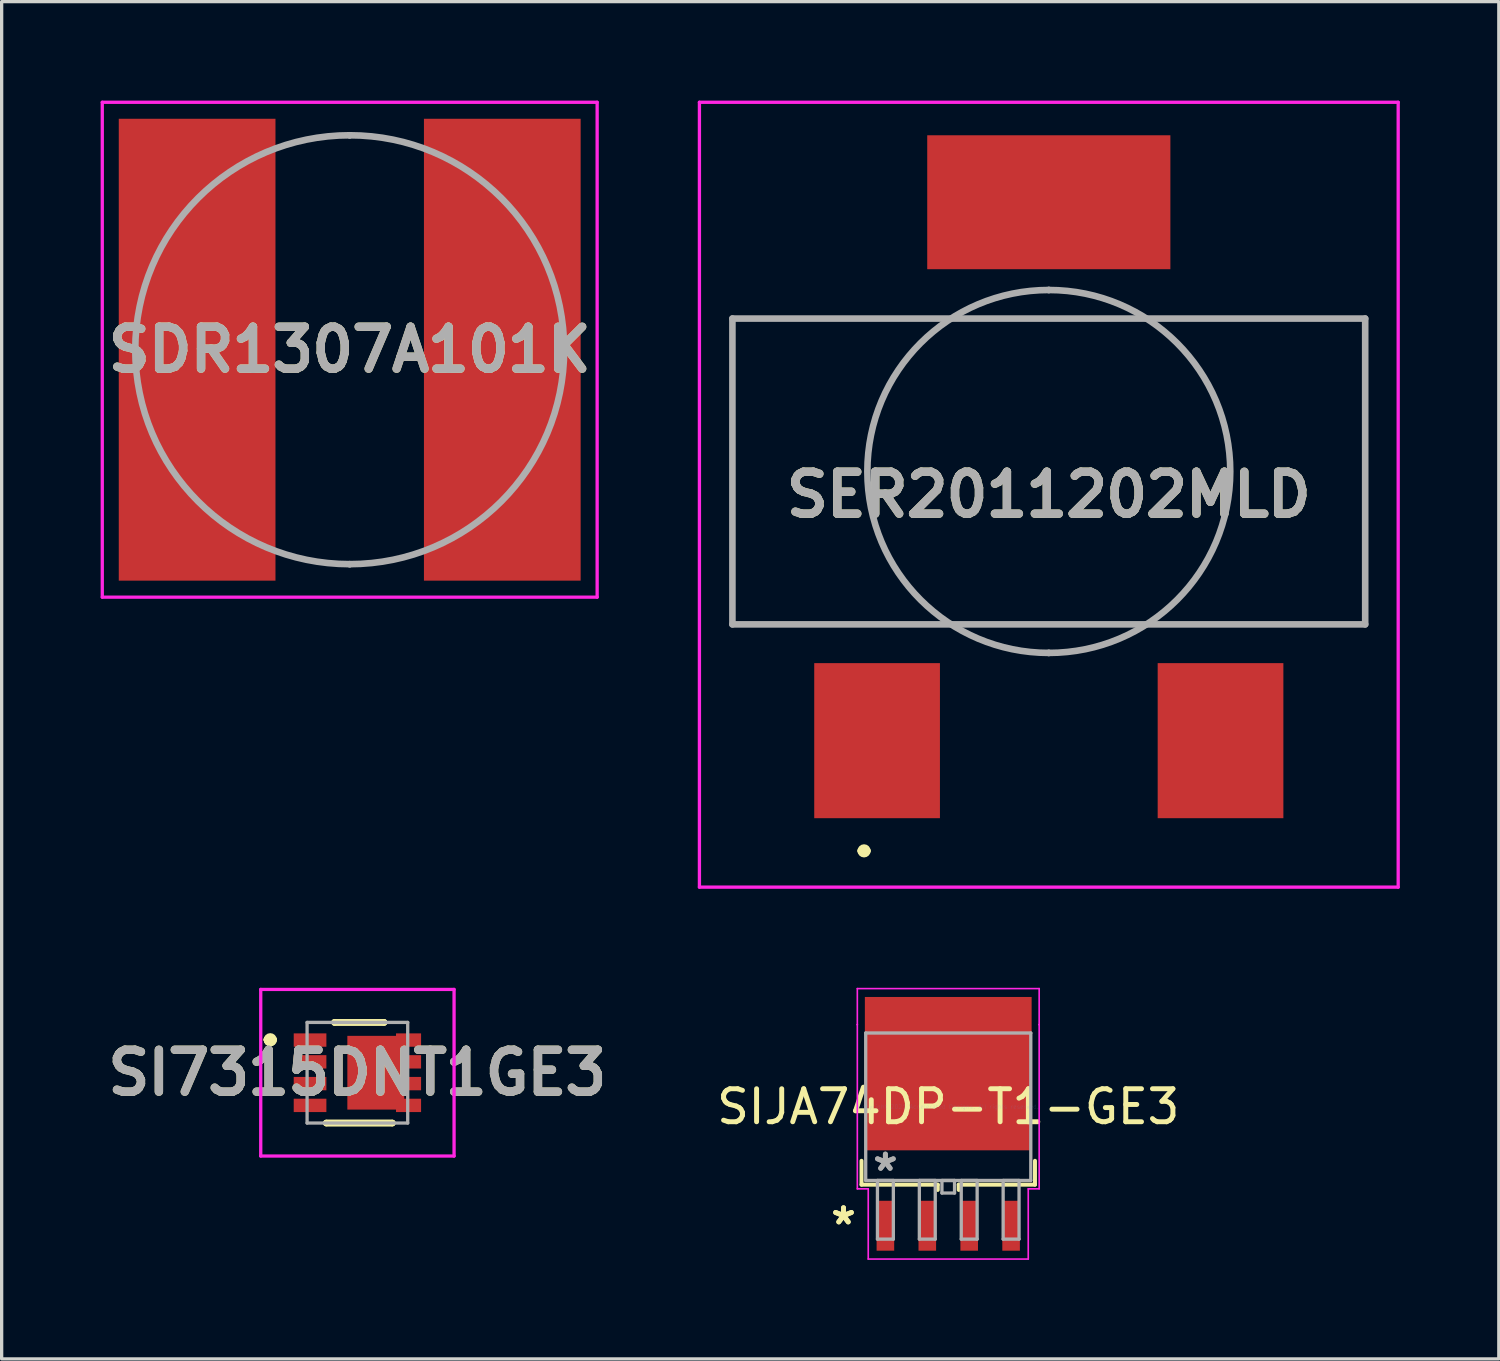
<source format=kicad_pcb>
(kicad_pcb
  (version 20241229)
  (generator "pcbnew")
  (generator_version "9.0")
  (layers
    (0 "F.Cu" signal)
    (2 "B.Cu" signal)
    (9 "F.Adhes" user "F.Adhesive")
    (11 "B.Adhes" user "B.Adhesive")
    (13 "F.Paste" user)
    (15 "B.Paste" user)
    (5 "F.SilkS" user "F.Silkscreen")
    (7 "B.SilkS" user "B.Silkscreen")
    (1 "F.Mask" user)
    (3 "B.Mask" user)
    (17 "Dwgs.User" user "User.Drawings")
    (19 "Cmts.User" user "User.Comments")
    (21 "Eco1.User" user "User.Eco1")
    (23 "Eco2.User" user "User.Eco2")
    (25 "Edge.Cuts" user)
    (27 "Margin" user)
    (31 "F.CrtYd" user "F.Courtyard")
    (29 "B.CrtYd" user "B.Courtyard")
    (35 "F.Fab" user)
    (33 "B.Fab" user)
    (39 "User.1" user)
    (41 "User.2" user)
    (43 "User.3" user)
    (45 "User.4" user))
  (footprint "SDR1307A101K"
    (layer "F.Cu")
    (at 7.55 7.55)
    (property "Reference" "SDR1307A101K" (at 0 0 0) (layer "F.SilkS") (effects (font (size 1.27 1.27) (thickness 0.254))))
    (attr smd)
    (fp_line (start -0.2 -6.5) (end 0.2 -6.5) (stroke (width 0.1) (type solid)) (layer "F.SilkS"))
    (fp_line (start -0.2 6.5) (end 0.2 6.5) (stroke (width 0.1) (type solid)) (layer "F.SilkS"))
    (fp_line (start -7.5 -7.5) (end 7.5 -7.5) (stroke (width 0.1) (type solid)) (layer "F.CrtYd"))
    (fp_line (start -7.5 7.5) (end -7.5 -7.5) (stroke (width 0.1) (type solid)) (layer "F.CrtYd"))
    (fp_line (start 7.5 -7.5) (end 7.5 7.5) (stroke (width 0.1) (type solid)) (layer "F.CrtYd"))
    (fp_line (start 7.5 7.5) (end -7.5 7.5) (stroke (width 0.1) (type solid)) (layer "F.CrtYd"))
    (fp_line (start 0 -6.5) (end 0 -6.5) (stroke (width 0.2) (type solid)) (layer "F.Fab"))
    (fp_line (start 0 6.5) (end 0 6.5) (stroke (width 0.2) (type solid)) (layer "F.Fab"))
    (fp_arc (start 0 -6.5) (mid 6.5 0) (end 0 6.5) (stroke (width 0.2) (type solid)) (layer "F.Fab"))
    (fp_arc (start 0 6.5) (mid -6.5 0) (end 0 -6.5) (stroke (width 0.2) (type solid)) (layer "F.Fab"))
    (fp_text user "${REFERENCE}" (at 0 0 0) (layer "F.Fab") (effects (font (size 1.27 1.27) (thickness 0.254))))
    (pad "1" smd rect (at -4.625 0) (size 4.75 14) (layers "F.Cu" "F.Mask" "F.Paste"))
    (pad "2" smd rect (at 4.625 0) (size 4.75 14) (layers "F.Cu" "F.Mask" "F.Paste")))
  (footprint "SI7315DNT1GE3"
    (layer "F.Cu")
    (at 6.348 29.465)
    (property "Reference" "SI7315DNT1GE3" (at 1.435 0 0) (layer "F.SilkS") (effects (font (size 1.27 1.27) (thickness 0.254))))
    (attr smd)
    (fp_line (start -1.307 -1) (end -1.307 -1) (stroke (width 0.2) (type solid)) (layer "F.SilkS"))
    (fp_line (start -1.307 -1) (end -1.307 -1) (stroke (width 0.2) (type solid)) (layer "F.SilkS"))
    (fp_line (start -1.107 -1) (end -1.107 -1) (stroke (width 0.2) (type solid)) (layer "F.SilkS"))
    (fp_line (start 0.493 1.525) (end 0.493 1.525) (stroke (width 0.2) (type solid)) (layer "F.SilkS"))
    (fp_line (start 0.493 1.525) (end 2.493 1.525) (stroke (width 0.2) (type solid)) (layer "F.SilkS"))
    (fp_line (start 0.743 -1.525) (end 0.743 -1.525) (stroke (width 0.2) (type solid)) (layer "F.SilkS"))
    (fp_line (start 0.743 -1.525) (end 2.243 -1.525) (stroke (width 0.2) (type solid)) (layer "F.SilkS"))
    (fp_line (start 2.243 -1.525) (end 0.743 -1.525) (stroke (width 0.2) (type solid)) (layer "F.SilkS"))
    (fp_line (start 2.243 -1.525) (end 2.243 -1.525) (stroke (width 0.2) (type solid)) (layer "F.SilkS"))
    (fp_line (start 2.493 1.525) (end 0.493 1.525) (stroke (width 0.2) (type solid)) (layer "F.SilkS"))
    (fp_line (start 2.493 1.525) (end 2.493 1.525) (stroke (width 0.2) (type solid)) (layer "F.SilkS"))
    (fp_arc (start -1.307 -1) (mid -1.207 -1.1) (end -1.107 -1) (stroke (width 0.2) (type solid)) (layer "F.SilkS"))
    (fp_arc (start -1.107 -1) (mid -1.207 -0.9) (end -1.307 -1) (stroke (width 0.2) (type solid)) (layer "F.SilkS"))
    (fp_arc (start -1.107 -1) (mid -1.207 -0.9) (end -1.307 -1) (stroke (width 0.2) (type solid)) (layer "F.SilkS"))
    (fp_line (start -1.495 -2.525) (end 4.365 -2.525) (stroke (width 0.1) (type solid)) (layer "F.CrtYd"))
    (fp_line (start -1.495 2.525) (end -1.495 -2.525) (stroke (width 0.1) (type solid)) (layer "F.CrtYd"))
    (fp_line (start 4.365 -2.525) (end 4.365 2.525) (stroke (width 0.1) (type solid)) (layer "F.CrtYd"))
    (fp_line (start 4.365 2.525) (end -1.495 2.525) (stroke (width 0.1) (type solid)) (layer "F.CrtYd"))
    (fp_line (start -0.09 -1.525) (end -0.09 1.525) (stroke (width 0.1) (type solid)) (layer "F.Fab"))
    (fp_line (start -0.09 1.525) (end 2.96 1.525) (stroke (width 0.1) (type solid)) (layer "F.Fab"))
    (fp_line (start 2.96 -1.525) (end -0.09 -1.525) (stroke (width 0.1) (type solid)) (layer "F.Fab"))
    (fp_line (start 2.96 1.525) (end 2.96 -1.525) (stroke (width 0.1) (type solid)) (layer "F.Fab"))
    (fp_text user "${REFERENCE}" (at 1.435 0 0) (layer "F.Fab") (effects (font (size 1.27 1.27) (thickness 0.254))))
    (pad "1" smd rect (at 0 -0.99 90) (size 0.405 0.99) (layers "F.Cu" "F.Mask" "F.Paste"))
    (pad "2" smd rect (at 0 -0.33 90) (size 0.405 0.99) (layers "F.Cu" "F.Mask" "F.Paste"))
    (pad "3" smd rect (at 0 0.33 90) (size 0.405 0.99) (layers "F.Cu" "F.Mask" "F.Paste"))
    (pad "4" smd rect (at 0 0.99 90) (size 0.405 0.99) (layers "F.Cu" "F.Mask" "F.Paste"))
    (pad "5" smd rect (at 2.985 0.99 90) (size 0.405 0.76) (layers "F.Cu" "F.Mask" "F.Paste"))
    (pad "6" smd rect (at 2.985 0.33 90) (size 0.405 0.76) (layers "F.Cu" "F.Mask" "F.Paste"))
    (pad "7" smd rect (at 2.985 -0.33 90) (size 0.405 0.76) (layers "F.Cu" "F.Mask" "F.Paste"))
    (pad "8" smd rect (at 2.985 -0.99 90) (size 0.405 0.76) (layers "F.Cu" "F.Mask" "F.Paste"))
    (pad "9" smd rect (at 1.993 0) (size 1.725 2.235) (layers "F.Cu" "F.Mask" "F.Paste")))
  (footprint "SIJA74DP-T1-GE3"
    (layer "F.Cu")
    (at 25.692 30.496)
    (property "Reference" "SIJA74DP-T1-GE3" (at 0 0 0) (layer "F.SilkS") (effects (font (size 1 1) (thickness 0.15))))
    (attr through_hole)
    (fp_line (start -2.629 1.638) (end -2.629 2.362) (stroke (width 0.12) (type solid)) (layer "F.SilkS"))
    (fp_line (start -2.629 2.362) (end -0.318 2.362) (stroke (width 0.12) (type solid)) (layer "F.SilkS"))
    (fp_line (start -0.318 2.362) (end -0.318 2.522) (stroke (width 0.12) (type solid)) (layer "F.SilkS"))
    (fp_line (start 0.318 2.362) (end 2.629 2.362) (stroke (width 0.12) (type solid)) (layer "F.SilkS"))
    (fp_line (start 0.318 2.522) (end 0.318 2.362) (stroke (width 0.12) (type solid)) (layer "F.SilkS"))
    (fp_line (start 2.629 2.362) (end 2.629 1.638) (stroke (width 0.12) (type solid)) (layer "F.SilkS"))
    (fp_line (start -2.756 -3.581) (end 2.756 -3.581) (stroke (width 0.05) (type solid)) (layer "F.CrtYd"))
    (fp_line (start -2.756 -2.489) (end -2.756 -3.581) (stroke (width 0.05) (type solid)) (layer "F.CrtYd"))
    (fp_line (start -2.756 -2.489) (end -2.756 -2.489) (stroke (width 0.05) (type solid)) (layer "F.CrtYd"))
    (fp_line (start -2.756 2.489) (end -2.756 -2.489) (stroke (width 0.05) (type solid)) (layer "F.CrtYd"))
    (fp_line (start -2.425 2.489) (end -2.756 2.489) (stroke (width 0.05) (type solid)) (layer "F.CrtYd"))
    (fp_line (start -2.425 4.617) (end -2.425 2.489) (stroke (width 0.05) (type solid)) (layer "F.CrtYd"))
    (fp_line (start 2.425 2.489) (end 2.425 4.617) (stroke (width 0.05) (type solid)) (layer "F.CrtYd"))
    (fp_line (start 2.425 4.617) (end -2.425 4.617) (stroke (width 0.05) (type solid)) (layer "F.CrtYd"))
    (fp_line (start 2.756 -3.581) (end 2.756 -2.489) (stroke (width 0.05) (type solid)) (layer "F.CrtYd"))
    (fp_line (start 2.756 -2.489) (end 2.756 -2.489) (stroke (width 0.05) (type solid)) (layer "F.CrtYd"))
    (fp_line (start 2.756 -2.489) (end 2.756 2.489) (stroke (width 0.05) (type solid)) (layer "F.CrtYd"))
    (fp_line (start 2.756 2.489) (end 2.425 2.489) (stroke (width 0.05) (type solid)) (layer "F.CrtYd"))
    (fp_line (start -2.502 -2.235) (end -2.502 2.235) (stroke (width 0.1) (type solid)) (layer "F.Fab"))
    (fp_line (start -2.502 2.235) (end 2.502 2.235) (stroke (width 0.1) (type solid)) (layer "F.Fab"))
    (fp_line (start -2.146 2.235) (end -2.146 4.013) (stroke (width 0.1) (type solid)) (layer "F.Fab"))
    (fp_line (start -2.146 4.013) (end -1.664 4.013) (stroke (width 0.1) (type solid)) (layer "F.Fab"))
    (fp_line (start -1.664 2.235) (end -2.146 2.235) (stroke (width 0.1) (type solid)) (layer "F.Fab"))
    (fp_line (start -1.664 4.013) (end -1.664 2.235) (stroke (width 0.1) (type solid)) (layer "F.Fab"))
    (fp_line (start -0.876 2.235) (end -0.876 4.013) (stroke (width 0.1) (type solid)) (layer "F.Fab"))
    (fp_line (start -0.876 4.013) (end -0.394 4.013) (stroke (width 0.1) (type solid)) (layer "F.Fab"))
    (fp_line (start -0.394 2.235) (end -0.876 2.235) (stroke (width 0.1) (type solid)) (layer "F.Fab"))
    (fp_line (start -0.394 4.013) (end -0.394 2.235) (stroke (width 0.1) (type solid)) (layer "F.Fab"))
    (fp_line (start -0.191 2.235) (end -0.191 2.616) (stroke (width 0.1) (type solid)) (layer "F.Fab"))
    (fp_line (start -0.191 2.616) (end 0.191 2.616) (stroke (width 0.1) (type solid)) (layer "F.Fab"))
    (fp_line (start 0.191 2.235) (end -0.191 2.235) (stroke (width 0.1) (type solid)) (layer "F.Fab"))
    (fp_line (start 0.191 2.616) (end 0.191 2.235) (stroke (width 0.1) (type solid)) (layer "F.Fab"))
    (fp_line (start 0.394 2.235) (end 0.394 4.013) (stroke (width 0.1) (type solid)) (layer "F.Fab"))
    (fp_line (start 0.394 4.013) (end 0.876 4.013) (stroke (width 0.1) (type solid)) (layer "F.Fab"))
    (fp_line (start 0.876 2.235) (end 0.394 2.235) (stroke (width 0.1) (type solid)) (layer "F.Fab"))
    (fp_line (start 0.876 4.013) (end 0.876 2.235) (stroke (width 0.1) (type solid)) (layer "F.Fab"))
    (fp_line (start 1.664 2.235) (end 1.664 4.013) (stroke (width 0.1) (type solid)) (layer "F.Fab"))
    (fp_line (start 1.664 4.013) (end 2.146 4.013) (stroke (width 0.1) (type solid)) (layer "F.Fab"))
    (fp_line (start 2.146 2.235) (end 1.664 2.235) (stroke (width 0.1) (type solid)) (layer "F.Fab"))
    (fp_line (start 2.146 4.013) (end 2.146 2.235) (stroke (width 0.1) (type solid)) (layer "F.Fab"))
    (fp_line (start 2.502 -2.235) (end -2.502 -2.235) (stroke (width 0.1) (type solid)) (layer "F.Fab"))
    (fp_line (start 2.502 2.235) (end 2.502 -2.235) (stroke (width 0.1) (type solid)) (layer "F.Fab"))
    (fp_text user "*" (at -3.175 3.607 0) (layer "F.SilkS") (effects (font (size 1 1) (thickness 0.15))))
    (fp_text user "*" (at -3.175 3.607 0) (layer "F.SilkS") (effects (font (size 1 1) (thickness 0.15))))
    (fp_text user "Copyright 2021 Accelerated Designs. All rights reserved." (at 0 0 0) (layer "Cmts.User") (effects (font (size 0.127 0.127) (thickness 0.002))))
    (fp_text user "*" (at -1.905 1.981 0) (layer "F.Fab") (effects (font (size 1 1) (thickness 0.15))))
    (fp_text user "*" (at -1.905 1.981 0) (layer "F.Fab") (effects (font (size 1 1) (thickness 0.15))))
    (pad "1" smd rect (at -1.905 3.607) (size 0.533 1.513) (layers "F.Cu" "F.Mask" "F.Paste"))
    (pad "2" smd rect (at -0.635 3.607) (size 0.533 1.513) (layers "F.Cu" "F.Mask" "F.Paste"))
    (pad "3" smd rect (at 0.635 3.607) (size 0.533 1.513) (layers "F.Cu" "F.Mask" "F.Paste"))
    (pad "4" smd rect (at 1.905 3.607) (size 0.533 1.513) (layers "F.Cu" "F.Mask" "F.Paste"))
    (pad "5" smd rect (at 0 -1.003) (size 5.055 4.648) (layers "F.Cu" "F.Mask" "F.Paste")))
  (footprint "SER2011202MLD"
    (layer "F.Cu")
    (at 28.74 11.24)
    (property "Reference" "SER2011202MLD" (at 0 0.705 0) (layer "F.SilkS") (effects (font (size 1.27 1.27) (thickness 0.254))))
    (attr smd)
    (fp_line (start -9.59 -4.635) (end 9.59 -4.635) (stroke (width 0.1) (type solid)) (layer "F.SilkS"))
    (fp_line (start -9.59 4.635) (end -9.59 -4.635) (stroke (width 0.1) (type solid)) (layer "F.SilkS"))
    (fp_line (start -5.7 11.5) (end -5.7 11.5) (stroke (width 0.2) (type solid)) (layer "F.SilkS"))
    (fp_line (start -5.5 11.5) (end -5.5 11.5) (stroke (width 0.2) (type solid)) (layer "F.SilkS"))
    (fp_line (start 0 -5.5) (end 0 -5.5) (stroke (width 0.1) (type solid)) (layer "F.SilkS"))
    (fp_line (start 0 5.5) (end 0 5.5) (stroke (width 0.1) (type solid)) (layer "F.SilkS"))
    (fp_line (start 9.59 -4.635) (end 9.59 4.635) (stroke (width 0.1) (type solid)) (layer "F.SilkS"))
    (fp_line (start 9.59 4.635) (end -9.59 4.635) (stroke (width 0.1) (type solid)) (layer "F.SilkS"))
    (fp_arc (start -5.7 11.5) (mid -5.6 11.4) (end -5.5 11.5) (stroke (width 0.2) (type solid)) (layer "F.SilkS"))
    (fp_arc (start -5.5 11.5) (mid -5.6 11.6) (end -5.7 11.5) (stroke (width 0.2) (type solid)) (layer "F.SilkS"))
    (fp_arc (start 0 -5.5) (mid 5.5 0) (end 0 5.5) (stroke (width 0.1) (type solid)) (layer "F.SilkS"))
    (fp_arc (start 0 5.5) (mid -5.5 0) (end 0 -5.5) (stroke (width 0.1) (type solid)) (layer "F.SilkS"))
    (fp_line (start -10.59 -11.19) (end 10.59 -11.19) (stroke (width 0.1) (type solid)) (layer "F.CrtYd"))
    (fp_line (start -10.59 12.6) (end -10.59 -11.19) (stroke (width 0.1) (type solid)) (layer "F.CrtYd"))
    (fp_line (start 10.59 -11.19) (end 10.59 12.6) (stroke (width 0.1) (type solid)) (layer "F.CrtYd"))
    (fp_line (start 10.59 12.6) (end -10.59 12.6) (stroke (width 0.1) (type solid)) (layer "F.CrtYd"))
    (fp_line (start -9.59 -4.635) (end 9.59 -4.635) (stroke (width 0.2) (type solid)) (layer "F.Fab"))
    (fp_line (start -9.59 4.635) (end -9.59 -4.635) (stroke (width 0.2) (type solid)) (layer "F.Fab"))
    (fp_line (start 0 -5.5) (end 0 -5.5) (stroke (width 0.2) (type solid)) (layer "F.Fab"))
    (fp_line (start 0 5.5) (end 0 5.5) (stroke (width 0.2) (type solid)) (layer "F.Fab"))
    (fp_line (start 9.59 -4.635) (end 9.59 4.635) (stroke (width 0.2) (type solid)) (layer "F.Fab"))
    (fp_line (start 9.59 4.635) (end -9.59 4.635) (stroke (width 0.2) (type solid)) (layer "F.Fab"))
    (fp_arc (start 0 -5.5) (mid 5.5 0) (end 0 5.5) (stroke (width 0.2) (type solid)) (layer "F.Fab"))
    (fp_arc (start 0 5.5) (mid -5.5 0) (end 0 -5.5) (stroke (width 0.2) (type solid)) (layer "F.Fab"))
    (fp_text user "${REFERENCE}" (at 0 0.705 0) (layer "F.Fab") (effects (font (size 1.27 1.27) (thickness 0.254))))
    (pad "1" smd rect (at -5.205 8.16) (size 3.81 4.7) (layers "F.Cu" "F.Mask" "F.Paste"))
    (pad "2" smd rect (at 5.205 8.16) (size 3.81 4.7) (layers "F.Cu" "F.Mask" "F.Paste"))
    (pad "3" smd rect (at 0 -8.16 90) (size 4.06 7.37) (layers "F.Cu" "F.Mask" "F.Paste")))
  (gr_rect
    (start -3 -3)
    (end 42.38 38.139)
    (stroke (width 0.1) (type default))
    (fill no)
    (layer "Edge.Cuts")))
</source>
